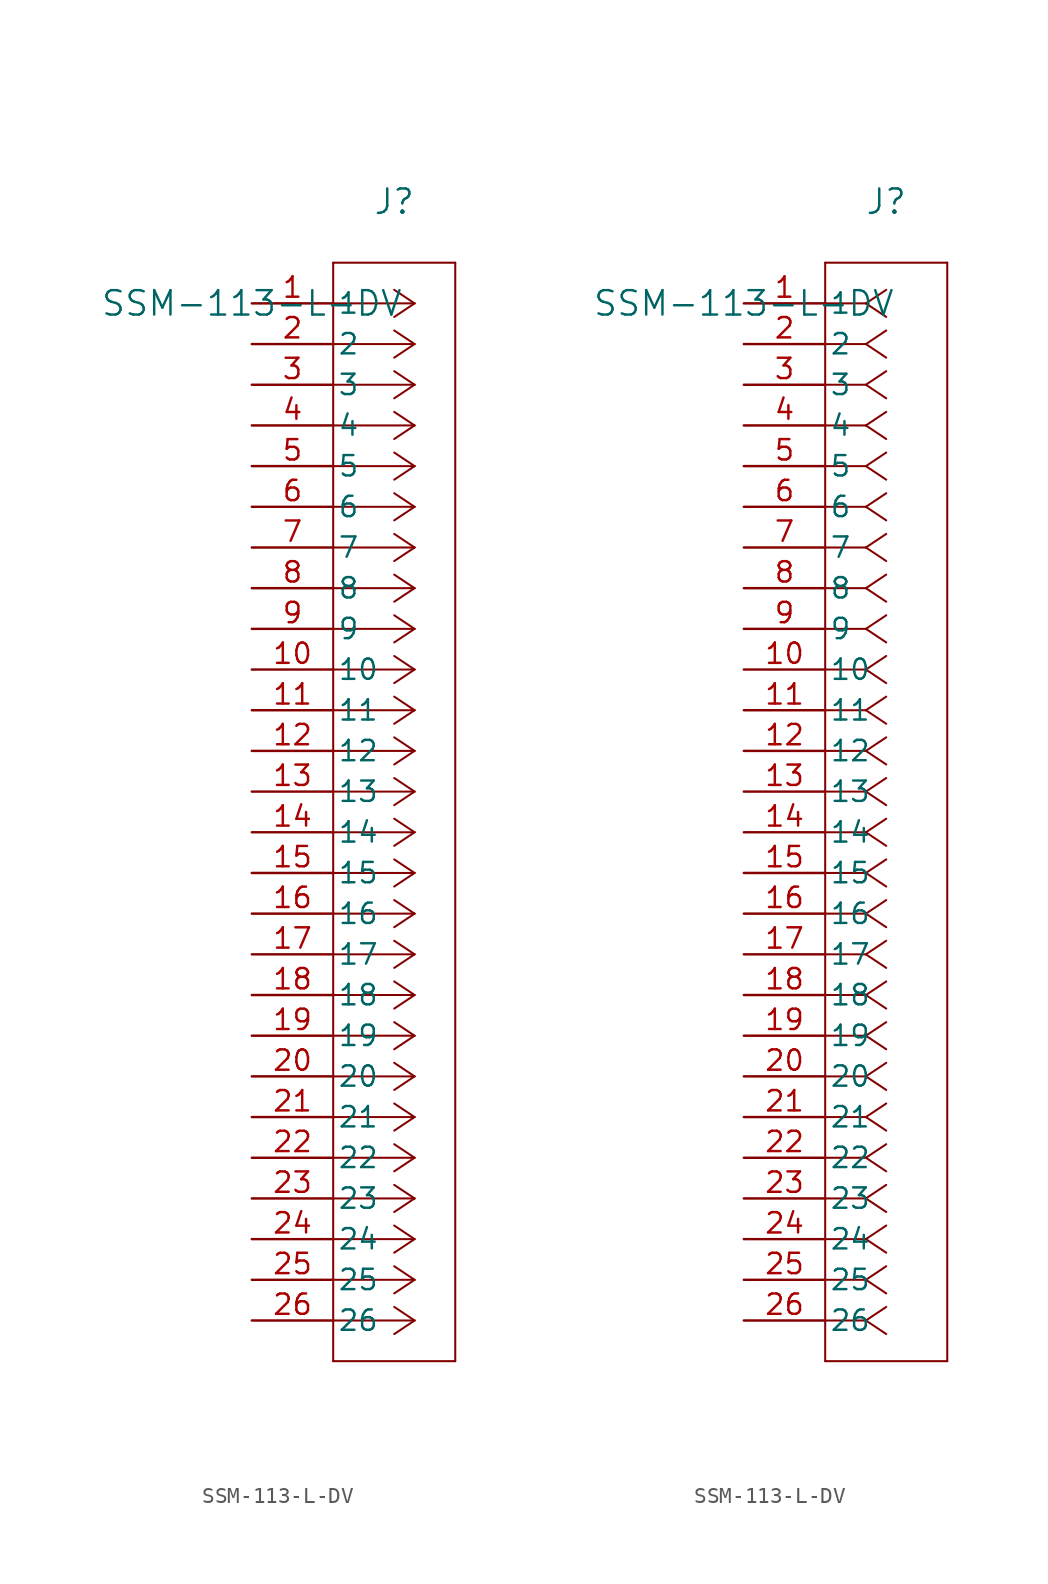
<source format=kicad_sym>
(kicad_symbol_lib
  (version 20231120)
  (generator "kicad_symbol_editor")
  (generator_version "8.0")
  (symbol "SSM-113-L-DV"
    (pin_names
      (offset 0.254))
    (property "Reference" "J"
      (at 8.89 6.35 0)
      (effects (font (size 1.524 1.524))))
    (property "Value" "SSM-113-L-DV"
      (at 0 0 0)
      (effects (font (size 1.524 1.524))))
    (property "ki_locked" ""
      (at 0 0 0)
      (effects (font (size 1.27 1.27))))
    (symbol "SSM-113-L-DV_1_1"
      (polyline (pts (xy 5.08 -66.04) (xy 12.7 -66.04)) (stroke (width 0.127) (type default)) (fill (type none)))
      (polyline (pts (xy 5.08 2.54) (xy 5.08 -66.04)) (stroke (width 0.127) (type default)) (fill (type none)))
      (polyline (pts (xy 10.16 -63.5) (xy 5.08 -63.5)) (stroke (width 0.127) (type default)) (fill (type none)))
      (polyline (pts (xy 10.16 -63.5) (xy 8.89 -64.347)) (stroke (width 0.127) (type default)) (fill (type none)))
      (polyline (pts (xy 10.16 -63.5) (xy 8.89 -62.653)) (stroke (width 0.127) (type default)) (fill (type none)))
      (polyline (pts (xy 10.16 -60.96) (xy 5.08 -60.96)) (stroke (width 0.127) (type default)) (fill (type none)))
      (polyline (pts (xy 10.16 -60.96) (xy 8.89 -61.807)) (stroke (width 0.127) (type default)) (fill (type none)))
      (polyline (pts (xy 10.16 -60.96) (xy 8.89 -60.113)) (stroke (width 0.127) (type default)) (fill (type none)))
      (polyline (pts (xy 10.16 -58.42) (xy 5.08 -58.42)) (stroke (width 0.127) (type default)) (fill (type none)))
      (polyline (pts (xy 10.16 -58.42) (xy 8.89 -59.267)) (stroke (width 0.127) (type default)) (fill (type none)))
      (polyline (pts (xy 10.16 -58.42) (xy 8.89 -57.573)) (stroke (width 0.127) (type default)) (fill (type none)))
      (polyline (pts (xy 10.16 -55.88) (xy 5.08 -55.88)) (stroke (width 0.127) (type default)) (fill (type none)))
      (polyline (pts (xy 10.16 -55.88) (xy 8.89 -56.727)) (stroke (width 0.127) (type default)) (fill (type none)))
      (polyline (pts (xy 10.16 -55.88) (xy 8.89 -55.033)) (stroke (width 0.127) (type default)) (fill (type none)))
      (polyline (pts (xy 10.16 -53.34) (xy 5.08 -53.34)) (stroke (width 0.127) (type default)) (fill (type none)))
      (polyline (pts (xy 10.16 -53.34) (xy 8.89 -54.187)) (stroke (width 0.127) (type default)) (fill (type none)))
      (polyline (pts (xy 10.16 -53.34) (xy 8.89 -52.493)) (stroke (width 0.127) (type default)) (fill (type none)))
      (polyline (pts (xy 10.16 -50.8) (xy 5.08 -50.8)) (stroke (width 0.127) (type default)) (fill (type none)))
      (polyline (pts (xy 10.16 -50.8) (xy 8.89 -51.647)) (stroke (width 0.127) (type default)) (fill (type none)))
      (polyline (pts (xy 10.16 -50.8) (xy 8.89 -49.953)) (stroke (width 0.127) (type default)) (fill (type none)))
      (polyline (pts (xy 10.16 -48.26) (xy 5.08 -48.26)) (stroke (width 0.127) (type default)) (fill (type none)))
      (polyline (pts (xy 10.16 -48.26) (xy 8.89 -49.107)) (stroke (width 0.127) (type default)) (fill (type none)))
      (polyline (pts (xy 10.16 -48.26) (xy 8.89 -47.413)) (stroke (width 0.127) (type default)) (fill (type none)))
      (polyline (pts (xy 10.16 -45.72) (xy 5.08 -45.72)) (stroke (width 0.127) (type default)) (fill (type none)))
      (polyline (pts (xy 10.16 -45.72) (xy 8.89 -46.567)) (stroke (width 0.127) (type default)) (fill (type none)))
      (polyline (pts (xy 10.16 -45.72) (xy 8.89 -44.873)) (stroke (width 0.127) (type default)) (fill (type none)))
      (polyline (pts (xy 10.16 -43.18) (xy 5.08 -43.18)) (stroke (width 0.127) (type default)) (fill (type none)))
      (polyline (pts (xy 10.16 -43.18) (xy 8.89 -44.027)) (stroke (width 0.127) (type default)) (fill (type none)))
      (polyline (pts (xy 10.16 -43.18) (xy 8.89 -42.333)) (stroke (width 0.127) (type default)) (fill (type none)))
      (polyline (pts (xy 10.16 -40.64) (xy 5.08 -40.64)) (stroke (width 0.127) (type default)) (fill (type none)))
      (polyline (pts (xy 10.16 -40.64) (xy 8.89 -41.487)) (stroke (width 0.127) (type default)) (fill (type none)))
      (polyline (pts (xy 10.16 -40.64) (xy 8.89 -39.793)) (stroke (width 0.127) (type default)) (fill (type none)))
      (polyline (pts (xy 10.16 -38.1) (xy 5.08 -38.1)) (stroke (width 0.127) (type default)) (fill (type none)))
      (polyline (pts (xy 10.16 -38.1) (xy 8.89 -38.947)) (stroke (width 0.127) (type default)) (fill (type none)))
      (polyline (pts (xy 10.16 -38.1) (xy 8.89 -37.253)) (stroke (width 0.127) (type default)) (fill (type none)))
      (polyline (pts (xy 10.16 -35.56) (xy 5.08 -35.56)) (stroke (width 0.127) (type default)) (fill (type none)))
      (polyline (pts (xy 10.16 -35.56) (xy 8.89 -36.407)) (stroke (width 0.127) (type default)) (fill (type none)))
      (polyline (pts (xy 10.16 -35.56) (xy 8.89 -34.713)) (stroke (width 0.127) (type default)) (fill (type none)))
      (polyline (pts (xy 10.16 -33.02) (xy 5.08 -33.02)) (stroke (width 0.127) (type default)) (fill (type none)))
      (polyline (pts (xy 10.16 -33.02) (xy 8.89 -33.867)) (stroke (width 0.127) (type default)) (fill (type none)))
      (polyline (pts (xy 10.16 -33.02) (xy 8.89 -32.173)) (stroke (width 0.127) (type default)) (fill (type none)))
      (polyline (pts (xy 10.16 -30.48) (xy 5.08 -30.48)) (stroke (width 0.127) (type default)) (fill (type none)))
      (polyline (pts (xy 10.16 -30.48) (xy 8.89 -31.327)) (stroke (width 0.127) (type default)) (fill (type none)))
      (polyline (pts (xy 10.16 -30.48) (xy 8.89 -29.633)) (stroke (width 0.127) (type default)) (fill (type none)))
      (polyline (pts (xy 10.16 -27.94) (xy 5.08 -27.94)) (stroke (width 0.127) (type default)) (fill (type none)))
      (polyline (pts (xy 10.16 -27.94) (xy 8.89 -28.787)) (stroke (width 0.127) (type default)) (fill (type none)))
      (polyline (pts (xy 10.16 -27.94) (xy 8.89 -27.093)) (stroke (width 0.127) (type default)) (fill (type none)))
      (polyline (pts (xy 10.16 -25.4) (xy 5.08 -25.4)) (stroke (width 0.127) (type default)) (fill (type none)))
      (polyline (pts (xy 10.16 -25.4) (xy 8.89 -26.247)) (stroke (width 0.127) (type default)) (fill (type none)))
      (polyline (pts (xy 10.16 -25.4) (xy 8.89 -24.553)) (stroke (width 0.127) (type default)) (fill (type none)))
      (polyline (pts (xy 10.16 -22.86) (xy 5.08 -22.86)) (stroke (width 0.127) (type default)) (fill (type none)))
      (polyline (pts (xy 10.16 -22.86) (xy 8.89 -23.707)) (stroke (width 0.127) (type default)) (fill (type none)))
      (polyline (pts (xy 10.16 -22.86) (xy 8.89 -22.013)) (stroke (width 0.127) (type default)) (fill (type none)))
      (polyline (pts (xy 10.16 -20.32) (xy 5.08 -20.32)) (stroke (width 0.127) (type default)) (fill (type none)))
      (polyline (pts (xy 10.16 -20.32) (xy 8.89 -21.167)) (stroke (width 0.127) (type default)) (fill (type none)))
      (polyline (pts (xy 10.16 -20.32) (xy 8.89 -19.473)) (stroke (width 0.127) (type default)) (fill (type none)))
      (polyline (pts (xy 10.16 -17.78) (xy 5.08 -17.78)) (stroke (width 0.127) (type default)) (fill (type none)))
      (polyline (pts (xy 10.16 -17.78) (xy 8.89 -18.627)) (stroke (width 0.127) (type default)) (fill (type none)))
      (polyline (pts (xy 10.16 -17.78) (xy 8.89 -16.933)) (stroke (width 0.127) (type default)) (fill (type none)))
      (polyline (pts (xy 10.16 -15.24) (xy 5.08 -15.24)) (stroke (width 0.127) (type default)) (fill (type none)))
      (polyline (pts (xy 10.16 -15.24) (xy 8.89 -16.087)) (stroke (width 0.127) (type default)) (fill (type none)))
      (polyline (pts (xy 10.16 -15.24) (xy 8.89 -14.393)) (stroke (width 0.127) (type default)) (fill (type none)))
      (polyline (pts (xy 10.16 -12.7) (xy 5.08 -12.7)) (stroke (width 0.127) (type default)) (fill (type none)))
      (polyline (pts (xy 10.16 -12.7) (xy 8.89 -13.547)) (stroke (width 0.127) (type default)) (fill (type none)))
      (polyline (pts (xy 10.16 -12.7) (xy 8.89 -11.853)) (stroke (width 0.127) (type default)) (fill (type none)))
      (polyline (pts (xy 10.16 -10.16) (xy 5.08 -10.16)) (stroke (width 0.127) (type default)) (fill (type none)))
      (polyline (pts (xy 10.16 -10.16) (xy 8.89 -11.007)) (stroke (width 0.127) (type default)) (fill (type none)))
      (polyline (pts (xy 10.16 -10.16) (xy 8.89 -9.313)) (stroke (width 0.127) (type default)) (fill (type none)))
      (polyline (pts (xy 10.16 -7.62) (xy 5.08 -7.62)) (stroke (width 0.127) (type default)) (fill (type none)))
      (polyline (pts (xy 10.16 -7.62) (xy 8.89 -8.467)) (stroke (width 0.127) (type default)) (fill (type none)))
      (polyline (pts (xy 10.16 -7.62) (xy 8.89 -6.773)) (stroke (width 0.127) (type default)) (fill (type none)))
      (polyline (pts (xy 10.16 -5.08) (xy 5.08 -5.08)) (stroke (width 0.127) (type default)) (fill (type none)))
      (polyline (pts (xy 10.16 -5.08) (xy 8.89 -5.927)) (stroke (width 0.127) (type default)) (fill (type none)))
      (polyline (pts (xy 10.16 -5.08) (xy 8.89 -4.233)) (stroke (width 0.127) (type default)) (fill (type none)))
      (polyline (pts (xy 10.16 -2.54) (xy 5.08 -2.54)) (stroke (width 0.127) (type default)) (fill (type none)))
      (polyline (pts (xy 10.16 -2.54) (xy 8.89 -3.387)) (stroke (width 0.127) (type default)) (fill (type none)))
      (polyline (pts (xy 10.16 -2.54) (xy 8.89 -1.693)) (stroke (width 0.127) (type default)) (fill (type none)))
      (polyline (pts (xy 10.16 0) (xy 5.08 0)) (stroke (width 0.127) (type default)) (fill (type none)))
      (polyline (pts (xy 10.16 0) (xy 8.89 -0.847)) (stroke (width 0.127) (type default)) (fill (type none)))
      (polyline (pts (xy 10.16 0) (xy 8.89 0.847)) (stroke (width 0.127) (type default)) (fill (type none)))
      (polyline (pts (xy 12.7 -66.04) (xy 12.7 2.54)) (stroke (width 0.127) (type default)) (fill (type none)))
      (polyline (pts (xy 12.7 2.54) (xy 5.08 2.54)) (stroke (width 0.127) (type default)) (fill (type none)))
      (pin passive line (at 0 0 0) (length 5.08) (name "1" (effects (font (size 1.27 1.27)))) (number "1" (effects (font (size 1.27 1.27)))))
      (pin passive line (at 0 -22.86 0) (length 5.08) (name "10" (effects (font (size 1.27 1.27)))) (number "10" (effects (font (size 1.27 1.27)))))
      (pin passive line (at 0 -25.4 0) (length 5.08) (name "11" (effects (font (size 1.27 1.27)))) (number "11" (effects (font (size 1.27 1.27)))))
      (pin passive line (at 0 -27.94 0) (length 5.08) (name "12" (effects (font (size 1.27 1.27)))) (number "12" (effects (font (size 1.27 1.27)))))
      (pin passive line (at 0 -30.48 0) (length 5.08) (name "13" (effects (font (size 1.27 1.27)))) (number "13" (effects (font (size 1.27 1.27)))))
      (pin passive line (at 0 -33.02 0) (length 5.08) (name "14" (effects (font (size 1.27 1.27)))) (number "14" (effects (font (size 1.27 1.27)))))
      (pin passive line (at 0 -35.56 0) (length 5.08) (name "15" (effects (font (size 1.27 1.27)))) (number "15" (effects (font (size 1.27 1.27)))))
      (pin passive line (at 0 -38.1 0) (length 5.08) (name "16" (effects (font (size 1.27 1.27)))) (number "16" (effects (font (size 1.27 1.27)))))
      (pin passive line (at 0 -40.64 0) (length 5.08) (name "17" (effects (font (size 1.27 1.27)))) (number "17" (effects (font (size 1.27 1.27)))))
      (pin passive line (at 0 -43.18 0) (length 5.08) (name "18" (effects (font (size 1.27 1.27)))) (number "18" (effects (font (size 1.27 1.27)))))
      (pin passive line (at 0 -45.72 0) (length 5.08) (name "19" (effects (font (size 1.27 1.27)))) (number "19" (effects (font (size 1.27 1.27)))))
      (pin passive line (at 0 -2.54 0) (length 5.08) (name "2" (effects (font (size 1.27 1.27)))) (number "2" (effects (font (size 1.27 1.27)))))
      (pin passive line (at 0 -48.26 0) (length 5.08) (name "20" (effects (font (size 1.27 1.27)))) (number "20" (effects (font (size 1.27 1.27)))))
      (pin passive line (at 0 -50.8 0) (length 5.08) (name "21" (effects (font (size 1.27 1.27)))) (number "21" (effects (font (size 1.27 1.27)))))
      (pin passive line (at 0 -53.34 0) (length 5.08) (name "22" (effects (font (size 1.27 1.27)))) (number "22" (effects (font (size 1.27 1.27)))))
      (pin passive line (at 0 -55.88 0) (length 5.08) (name "23" (effects (font (size 1.27 1.27)))) (number "23" (effects (font (size 1.27 1.27)))))
      (pin passive line (at 0 -58.42 0) (length 5.08) (name "24" (effects (font (size 1.27 1.27)))) (number "24" (effects (font (size 1.27 1.27)))))
      (pin passive line (at 0 -60.96 0) (length 5.08) (name "25" (effects (font (size 1.27 1.27)))) (number "25" (effects (font (size 1.27 1.27)))))
      (pin passive line (at 0 -63.5 0) (length 5.08) (name "26" (effects (font (size 1.27 1.27)))) (number "26" (effects (font (size 1.27 1.27)))))
      (pin passive line (at 0 -5.08 0) (length 5.08) (name "3" (effects (font (size 1.27 1.27)))) (number "3" (effects (font (size 1.27 1.27)))))
      (pin passive line (at 0 -7.62 0) (length 5.08) (name "4" (effects (font (size 1.27 1.27)))) (number "4" (effects (font (size 1.27 1.27)))))
      (pin passive line (at 0 -10.16 0) (length 5.08) (name "5" (effects (font (size 1.27 1.27)))) (number "5" (effects (font (size 1.27 1.27)))))
      (pin passive line (at 0 -12.7 0) (length 5.08) (name "6" (effects (font (size 1.27 1.27)))) (number "6" (effects (font (size 1.27 1.27)))))
      (pin passive line (at 0 -15.24 0) (length 5.08) (name "7" (effects (font (size 1.27 1.27)))) (number "7" (effects (font (size 1.27 1.27)))))
      (pin passive line (at 0 -17.78 0) (length 5.08) (name "8" (effects (font (size 1.27 1.27)))) (number "8" (effects (font (size 1.27 1.27)))))
      (pin passive line (at 0 -20.32 0) (length 5.08) (name "9" (effects (font (size 1.27 1.27)))) (number "9" (effects (font (size 1.27 1.27))))))
    (symbol "SSM-113-L-DV_1_2"
      (polyline (pts (xy 5.08 -66.04) (xy 12.7 -66.04)) (stroke (width 0.127) (type default)) (fill (type none)))
      (polyline (pts (xy 5.08 2.54) (xy 5.08 -66.04)) (stroke (width 0.127) (type default)) (fill (type none)))
      (polyline (pts (xy 7.62 -63.5) (xy 5.08 -63.5)) (stroke (width 0.127) (type default)) (fill (type none)))
      (polyline (pts (xy 7.62 -63.5) (xy 8.89 -64.347)) (stroke (width 0.127) (type default)) (fill (type none)))
      (polyline (pts (xy 7.62 -63.5) (xy 8.89 -62.653)) (stroke (width 0.127) (type default)) (fill (type none)))
      (polyline (pts (xy 7.62 -60.96) (xy 5.08 -60.96)) (stroke (width 0.127) (type default)) (fill (type none)))
      (polyline (pts (xy 7.62 -60.96) (xy 8.89 -61.807)) (stroke (width 0.127) (type default)) (fill (type none)))
      (polyline (pts (xy 7.62 -60.96) (xy 8.89 -60.113)) (stroke (width 0.127) (type default)) (fill (type none)))
      (polyline (pts (xy 7.62 -58.42) (xy 5.08 -58.42)) (stroke (width 0.127) (type default)) (fill (type none)))
      (polyline (pts (xy 7.62 -58.42) (xy 8.89 -59.267)) (stroke (width 0.127) (type default)) (fill (type none)))
      (polyline (pts (xy 7.62 -58.42) (xy 8.89 -57.573)) (stroke (width 0.127) (type default)) (fill (type none)))
      (polyline (pts (xy 7.62 -55.88) (xy 5.08 -55.88)) (stroke (width 0.127) (type default)) (fill (type none)))
      (polyline (pts (xy 7.62 -55.88) (xy 8.89 -56.727)) (stroke (width 0.127) (type default)) (fill (type none)))
      (polyline (pts (xy 7.62 -55.88) (xy 8.89 -55.033)) (stroke (width 0.127) (type default)) (fill (type none)))
      (polyline (pts (xy 7.62 -53.34) (xy 5.08 -53.34)) (stroke (width 0.127) (type default)) (fill (type none)))
      (polyline (pts (xy 7.62 -53.34) (xy 8.89 -54.187)) (stroke (width 0.127) (type default)) (fill (type none)))
      (polyline (pts (xy 7.62 -53.34) (xy 8.89 -52.493)) (stroke (width 0.127) (type default)) (fill (type none)))
      (polyline (pts (xy 7.62 -50.8) (xy 5.08 -50.8)) (stroke (width 0.127) (type default)) (fill (type none)))
      (polyline (pts (xy 7.62 -50.8) (xy 8.89 -51.647)) (stroke (width 0.127) (type default)) (fill (type none)))
      (polyline (pts (xy 7.62 -50.8) (xy 8.89 -49.953)) (stroke (width 0.127) (type default)) (fill (type none)))
      (polyline (pts (xy 7.62 -48.26) (xy 5.08 -48.26)) (stroke (width 0.127) (type default)) (fill (type none)))
      (polyline (pts (xy 7.62 -48.26) (xy 8.89 -49.107)) (stroke (width 0.127) (type default)) (fill (type none)))
      (polyline (pts (xy 7.62 -48.26) (xy 8.89 -47.413)) (stroke (width 0.127) (type default)) (fill (type none)))
      (polyline (pts (xy 7.62 -45.72) (xy 5.08 -45.72)) (stroke (width 0.127) (type default)) (fill (type none)))
      (polyline (pts (xy 7.62 -45.72) (xy 8.89 -46.567)) (stroke (width 0.127) (type default)) (fill (type none)))
      (polyline (pts (xy 7.62 -45.72) (xy 8.89 -44.873)) (stroke (width 0.127) (type default)) (fill (type none)))
      (polyline (pts (xy 7.62 -43.18) (xy 5.08 -43.18)) (stroke (width 0.127) (type default)) (fill (type none)))
      (polyline (pts (xy 7.62 -43.18) (xy 8.89 -44.027)) (stroke (width 0.127) (type default)) (fill (type none)))
      (polyline (pts (xy 7.62 -43.18) (xy 8.89 -42.333)) (stroke (width 0.127) (type default)) (fill (type none)))
      (polyline (pts (xy 7.62 -40.64) (xy 5.08 -40.64)) (stroke (width 0.127) (type default)) (fill (type none)))
      (polyline (pts (xy 7.62 -40.64) (xy 8.89 -41.487)) (stroke (width 0.127) (type default)) (fill (type none)))
      (polyline (pts (xy 7.62 -40.64) (xy 8.89 -39.793)) (stroke (width 0.127) (type default)) (fill (type none)))
      (polyline (pts (xy 7.62 -38.1) (xy 5.08 -38.1)) (stroke (width 0.127) (type default)) (fill (type none)))
      (polyline (pts (xy 7.62 -38.1) (xy 8.89 -38.947)) (stroke (width 0.127) (type default)) (fill (type none)))
      (polyline (pts (xy 7.62 -38.1) (xy 8.89 -37.253)) (stroke (width 0.127) (type default)) (fill (type none)))
      (polyline (pts (xy 7.62 -35.56) (xy 5.08 -35.56)) (stroke (width 0.127) (type default)) (fill (type none)))
      (polyline (pts (xy 7.62 -35.56) (xy 8.89 -36.407)) (stroke (width 0.127) (type default)) (fill (type none)))
      (polyline (pts (xy 7.62 -35.56) (xy 8.89 -34.713)) (stroke (width 0.127) (type default)) (fill (type none)))
      (polyline (pts (xy 7.62 -33.02) (xy 5.08 -33.02)) (stroke (width 0.127) (type default)) (fill (type none)))
      (polyline (pts (xy 7.62 -33.02) (xy 8.89 -33.867)) (stroke (width 0.127) (type default)) (fill (type none)))
      (polyline (pts (xy 7.62 -33.02) (xy 8.89 -32.173)) (stroke (width 0.127) (type default)) (fill (type none)))
      (polyline (pts (xy 7.62 -30.48) (xy 5.08 -30.48)) (stroke (width 0.127) (type default)) (fill (type none)))
      (polyline (pts (xy 7.62 -30.48) (xy 8.89 -31.327)) (stroke (width 0.127) (type default)) (fill (type none)))
      (polyline (pts (xy 7.62 -30.48) (xy 8.89 -29.633)) (stroke (width 0.127) (type default)) (fill (type none)))
      (polyline (pts (xy 7.62 -27.94) (xy 5.08 -27.94)) (stroke (width 0.127) (type default)) (fill (type none)))
      (polyline (pts (xy 7.62 -27.94) (xy 8.89 -28.787)) (stroke (width 0.127) (type default)) (fill (type none)))
      (polyline (pts (xy 7.62 -27.94) (xy 8.89 -27.093)) (stroke (width 0.127) (type default)) (fill (type none)))
      (polyline (pts (xy 7.62 -25.4) (xy 5.08 -25.4)) (stroke (width 0.127) (type default)) (fill (type none)))
      (polyline (pts (xy 7.62 -25.4) (xy 8.89 -26.247)) (stroke (width 0.127) (type default)) (fill (type none)))
      (polyline (pts (xy 7.62 -25.4) (xy 8.89 -24.553)) (stroke (width 0.127) (type default)) (fill (type none)))
      (polyline (pts (xy 7.62 -22.86) (xy 5.08 -22.86)) (stroke (width 0.127) (type default)) (fill (type none)))
      (polyline (pts (xy 7.62 -22.86) (xy 8.89 -23.707)) (stroke (width 0.127) (type default)) (fill (type none)))
      (polyline (pts (xy 7.62 -22.86) (xy 8.89 -22.013)) (stroke (width 0.127) (type default)) (fill (type none)))
      (polyline (pts (xy 7.62 -20.32) (xy 5.08 -20.32)) (stroke (width 0.127) (type default)) (fill (type none)))
      (polyline (pts (xy 7.62 -20.32) (xy 8.89 -21.167)) (stroke (width 0.127) (type default)) (fill (type none)))
      (polyline (pts (xy 7.62 -20.32) (xy 8.89 -19.473)) (stroke (width 0.127) (type default)) (fill (type none)))
      (polyline (pts (xy 7.62 -17.78) (xy 5.08 -17.78)) (stroke (width 0.127) (type default)) (fill (type none)))
      (polyline (pts (xy 7.62 -17.78) (xy 8.89 -18.627)) (stroke (width 0.127) (type default)) (fill (type none)))
      (polyline (pts (xy 7.62 -17.78) (xy 8.89 -16.933)) (stroke (width 0.127) (type default)) (fill (type none)))
      (polyline (pts (xy 7.62 -15.24) (xy 5.08 -15.24)) (stroke (width 0.127) (type default)) (fill (type none)))
      (polyline (pts (xy 7.62 -15.24) (xy 8.89 -16.087)) (stroke (width 0.127) (type default)) (fill (type none)))
      (polyline (pts (xy 7.62 -15.24) (xy 8.89 -14.393)) (stroke (width 0.127) (type default)) (fill (type none)))
      (polyline (pts (xy 7.62 -12.7) (xy 5.08 -12.7)) (stroke (width 0.127) (type default)) (fill (type none)))
      (polyline (pts (xy 7.62 -12.7) (xy 8.89 -13.547)) (stroke (width 0.127) (type default)) (fill (type none)))
      (polyline (pts (xy 7.62 -12.7) (xy 8.89 -11.853)) (stroke (width 0.127) (type default)) (fill (type none)))
      (polyline (pts (xy 7.62 -10.16) (xy 5.08 -10.16)) (stroke (width 0.127) (type default)) (fill (type none)))
      (polyline (pts (xy 7.62 -10.16) (xy 8.89 -11.007)) (stroke (width 0.127) (type default)) (fill (type none)))
      (polyline (pts (xy 7.62 -10.16) (xy 8.89 -9.313)) (stroke (width 0.127) (type default)) (fill (type none)))
      (polyline (pts (xy 7.62 -7.62) (xy 5.08 -7.62)) (stroke (width 0.127) (type default)) (fill (type none)))
      (polyline (pts (xy 7.62 -7.62) (xy 8.89 -8.467)) (stroke (width 0.127) (type default)) (fill (type none)))
      (polyline (pts (xy 7.62 -7.62) (xy 8.89 -6.773)) (stroke (width 0.127) (type default)) (fill (type none)))
      (polyline (pts (xy 7.62 -5.08) (xy 5.08 -5.08)) (stroke (width 0.127) (type default)) (fill (type none)))
      (polyline (pts (xy 7.62 -5.08) (xy 8.89 -5.927)) (stroke (width 0.127) (type default)) (fill (type none)))
      (polyline (pts (xy 7.62 -5.08) (xy 8.89 -4.233)) (stroke (width 0.127) (type default)) (fill (type none)))
      (polyline (pts (xy 7.62 -2.54) (xy 5.08 -2.54)) (stroke (width 0.127) (type default)) (fill (type none)))
      (polyline (pts (xy 7.62 -2.54) (xy 8.89 -3.387)) (stroke (width 0.127) (type default)) (fill (type none)))
      (polyline (pts (xy 7.62 -2.54) (xy 8.89 -1.693)) (stroke (width 0.127) (type default)) (fill (type none)))
      (polyline (pts (xy 7.62 0) (xy 5.08 0)) (stroke (width 0.127) (type default)) (fill (type none)))
      (polyline (pts (xy 7.62 0) (xy 8.89 -0.847)) (stroke (width 0.127) (type default)) (fill (type none)))
      (polyline (pts (xy 7.62 0) (xy 8.89 0.847)) (stroke (width 0.127) (type default)) (fill (type none)))
      (polyline (pts (xy 12.7 -66.04) (xy 12.7 2.54)) (stroke (width 0.127) (type default)) (fill (type none)))
      (polyline (pts (xy 12.7 2.54) (xy 5.08 2.54)) (stroke (width 0.127) (type default)) (fill (type none)))
      (pin passive line (at 0 0 0) (length 5.08) (name "1" (effects (font (size 1.27 1.27)))) (number "1" (effects (font (size 1.27 1.27)))))
      (pin passive line (at 0 -22.86 0) (length 5.08) (name "10" (effects (font (size 1.27 1.27)))) (number "10" (effects (font (size 1.27 1.27)))))
      (pin passive line (at 0 -25.4 0) (length 5.08) (name "11" (effects (font (size 1.27 1.27)))) (number "11" (effects (font (size 1.27 1.27)))))
      (pin passive line (at 0 -27.94 0) (length 5.08) (name "12" (effects (font (size 1.27 1.27)))) (number "12" (effects (font (size 1.27 1.27)))))
      (pin passive line (at 0 -30.48 0) (length 5.08) (name "13" (effects (font (size 1.27 1.27)))) (number "13" (effects (font (size 1.27 1.27)))))
      (pin passive line (at 0 -33.02 0) (length 5.08) (name "14" (effects (font (size 1.27 1.27)))) (number "14" (effects (font (size 1.27 1.27)))))
      (pin passive line (at 0 -35.56 0) (length 5.08) (name "15" (effects (font (size 1.27 1.27)))) (number "15" (effects (font (size 1.27 1.27)))))
      (pin passive line (at 0 -38.1 0) (length 5.08) (name "16" (effects (font (size 1.27 1.27)))) (number "16" (effects (font (size 1.27 1.27)))))
      (pin passive line (at 0 -40.64 0) (length 5.08) (name "17" (effects (font (size 1.27 1.27)))) (number "17" (effects (font (size 1.27 1.27)))))
      (pin passive line (at 0 -43.18 0) (length 5.08) (name "18" (effects (font (size 1.27 1.27)))) (number "18" (effects (font (size 1.27 1.27)))))
      (pin passive line (at 0 -45.72 0) (length 5.08) (name "19" (effects (font (size 1.27 1.27)))) (number "19" (effects (font (size 1.27 1.27)))))
      (pin passive line (at 0 -2.54 0) (length 5.08) (name "2" (effects (font (size 1.27 1.27)))) (number "2" (effects (font (size 1.27 1.27)))))
      (pin passive line (at 0 -48.26 0) (length 5.08) (name "20" (effects (font (size 1.27 1.27)))) (number "20" (effects (font (size 1.27 1.27)))))
      (pin passive line (at 0 -50.8 0) (length 5.08) (name "21" (effects (font (size 1.27 1.27)))) (number "21" (effects (font (size 1.27 1.27)))))
      (pin passive line (at 0 -53.34 0) (length 5.08) (name "22" (effects (font (size 1.27 1.27)))) (number "22" (effects (font (size 1.27 1.27)))))
      (pin passive line (at 0 -55.88 0) (length 5.08) (name "23" (effects (font (size 1.27 1.27)))) (number "23" (effects (font (size 1.27 1.27)))))
      (pin passive line (at 0 -58.42 0) (length 5.08) (name "24" (effects (font (size 1.27 1.27)))) (number "24" (effects (font (size 1.27 1.27)))))
      (pin passive line (at 0 -60.96 0) (length 5.08) (name "25" (effects (font (size 1.27 1.27)))) (number "25" (effects (font (size 1.27 1.27)))))
      (pin passive line (at 0 -63.5 0) (length 5.08) (name "26" (effects (font (size 1.27 1.27)))) (number "26" (effects (font (size 1.27 1.27)))))
      (pin passive line (at 0 -5.08 0) (length 5.08) (name "3" (effects (font (size 1.27 1.27)))) (number "3" (effects (font (size 1.27 1.27)))))
      (pin passive line (at 0 -7.62 0) (length 5.08) (name "4" (effects (font (size 1.27 1.27)))) (number "4" (effects (font (size 1.27 1.27)))))
      (pin passive line (at 0 -10.16 0) (length 5.08) (name "5" (effects (font (size 1.27 1.27)))) (number "5" (effects (font (size 1.27 1.27)))))
      (pin passive line (at 0 -12.7 0) (length 5.08) (name "6" (effects (font (size 1.27 1.27)))) (number "6" (effects (font (size 1.27 1.27)))))
      (pin passive line (at 0 -15.24 0) (length 5.08) (name "7" (effects (font (size 1.27 1.27)))) (number "7" (effects (font (size 1.27 1.27)))))
      (pin passive line (at 0 -17.78 0) (length 5.08) (name "8" (effects (font (size 1.27 1.27)))) (number "8" (effects (font (size 1.27 1.27)))))
      (pin passive line (at 0 -20.32 0) (length 5.08) (name "9" (effects (font (size 1.27 1.27)))) (number "9" (effects (font (size 1.27 1.27))))))))
</source>
